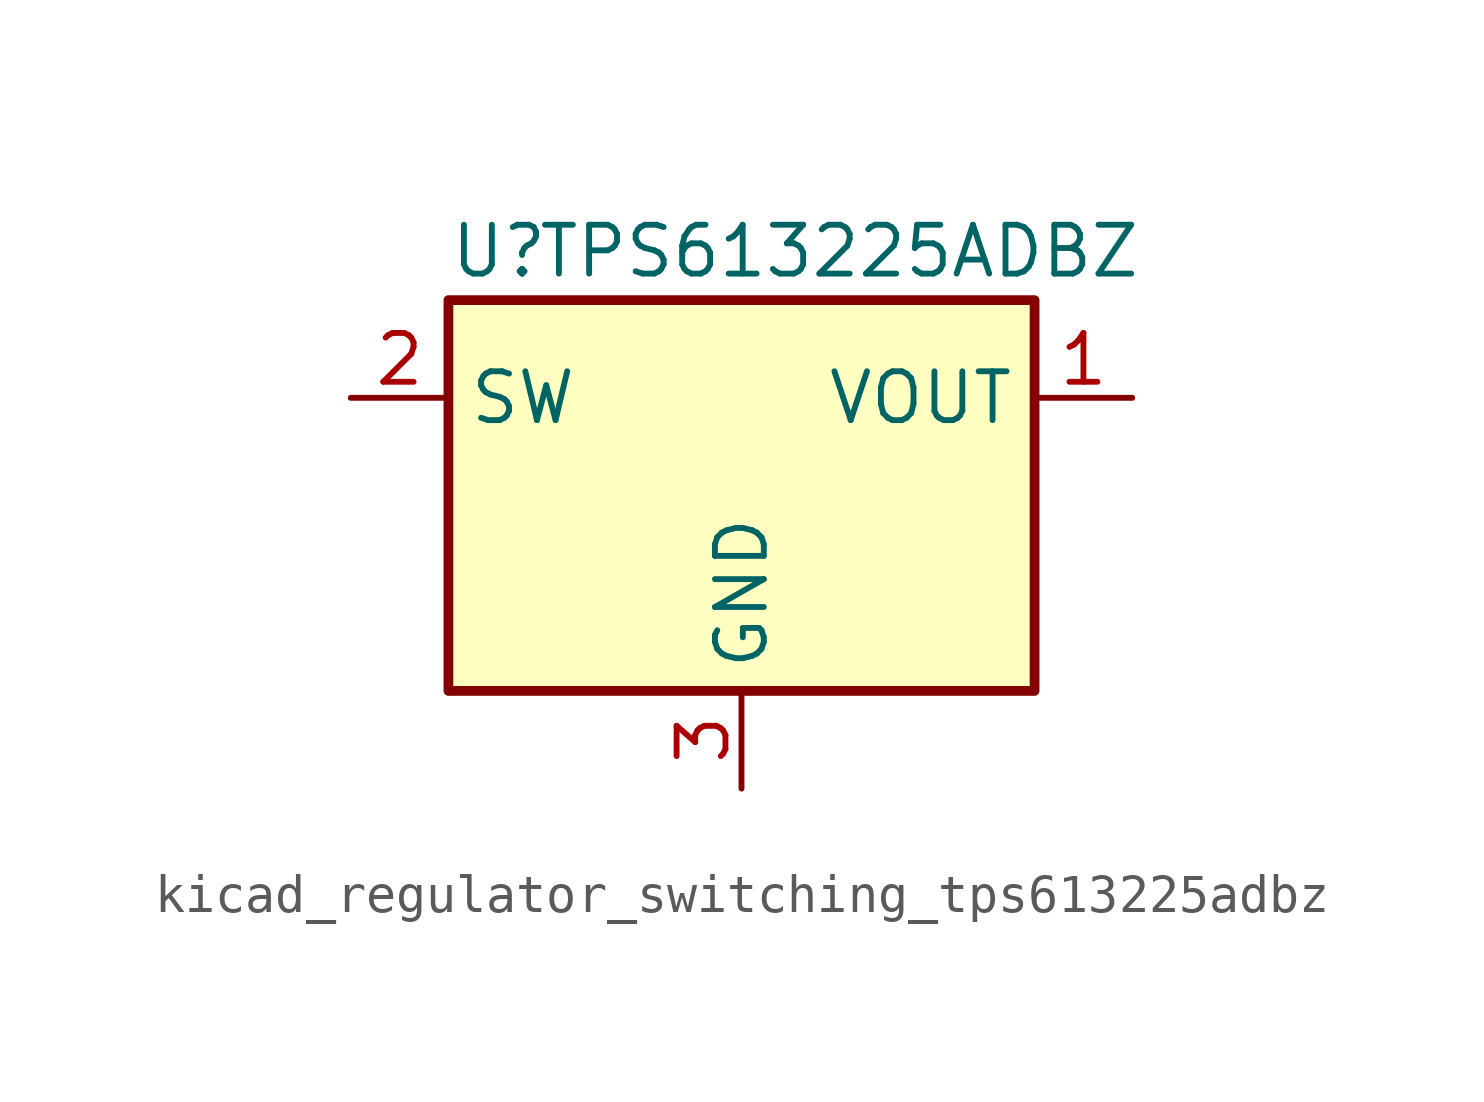
<source format=kicad_sym>
(kicad_symbol_lib
  (version 20220914)
  (generator kicad_symbol_editor)
  (symbol "kicad_regulator_switching_tps613225adbz"
    (property "Reference" "U"
      (at -7.62 6.35 0)
      (effects (font (size 1.27 1.27)) (justify left)))
    (property "Value" "TPS613225ADBZ"
      (at 2.54 6.35 0)
      (effects (font (size 1.27 1.27))))
    (symbol "kicad_regulator_switching_tps613225adbz_0_1"
      (rectangle (start -7.62 5.08) (end 7.62 -5.08) (stroke (width 0.254) (type default)) (fill (type background))))
    (symbol "kicad_regulator_switching_tps613225adbz_1_1"
      (pin power_out line (at 10.16 2.54 180) (length 2.54) (name "VOUT" (effects (font (size 1.27 1.27)))) (number "1" (effects (font (size 1.27 1.27)))))
      (pin power_in line (at -10.16 2.54 0) (length 2.54) (name "SW" (effects (font (size 1.27 1.27)))) (number "2" (effects (font (size 1.27 1.27)))))
      (pin power_in line (at 0 -7.62 90) (length 2.54) (name "GND" (effects (font (size 1.27 1.27)))) (number "3" (effects (font (size 1.27 1.27))))))))
</source>
